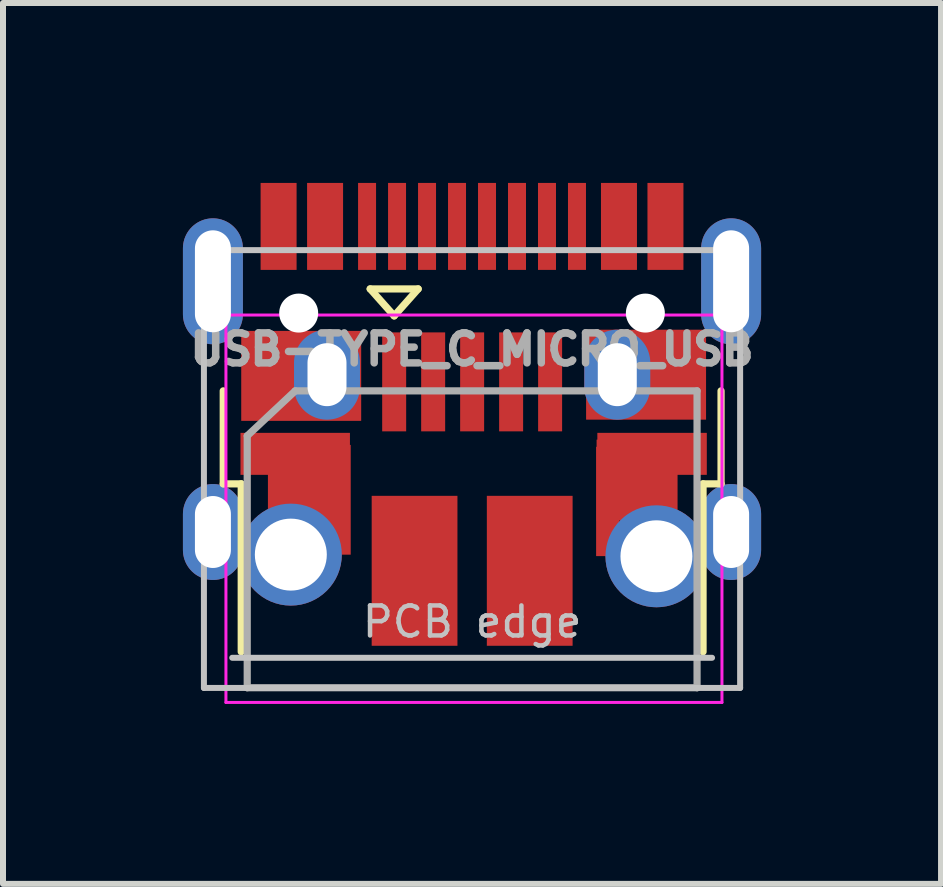
<source format=kicad_pcb>
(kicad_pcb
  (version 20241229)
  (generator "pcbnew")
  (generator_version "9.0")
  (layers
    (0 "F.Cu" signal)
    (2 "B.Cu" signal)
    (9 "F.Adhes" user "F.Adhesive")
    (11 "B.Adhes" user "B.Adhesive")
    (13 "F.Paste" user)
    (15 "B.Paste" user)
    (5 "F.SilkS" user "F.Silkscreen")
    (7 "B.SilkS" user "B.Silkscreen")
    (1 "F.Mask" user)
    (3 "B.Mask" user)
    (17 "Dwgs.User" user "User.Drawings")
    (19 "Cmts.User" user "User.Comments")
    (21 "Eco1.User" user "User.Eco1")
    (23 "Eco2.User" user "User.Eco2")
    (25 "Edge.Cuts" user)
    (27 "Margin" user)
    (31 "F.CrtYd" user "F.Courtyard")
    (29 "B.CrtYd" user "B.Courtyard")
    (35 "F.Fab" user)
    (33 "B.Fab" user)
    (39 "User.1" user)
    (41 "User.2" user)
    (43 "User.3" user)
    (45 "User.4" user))
  (footprint "USB-TYPE_C_MICRO_USB"
    (layer "F.Cu")
    (at 4.82 8.42)
    (property "Reference" "USB-TYPE_C_MICRO_USB" (at 0 -5.645 180) (layer "F.Fab") (effects (font (size 0.5 0.5) (thickness 0.15))))
    (attr smd)
    (fp_line (start -4.148 -3.403) (end -4.148 -4.953) (stroke (width 0.12) (type solid)) (layer "F.SilkS"))
    (fp_line (start -4.148 -3.403) (end -3.848 -3.403) (stroke (width 0.12) (type solid)) (layer "F.SilkS"))
    (fp_line (start -3.848 -0.603) (end -3.848 -3.403) (stroke (width 0.12) (type solid)) (layer "F.SilkS"))
    (fp_line (start -1.698 -6.653) (end -0.898 -6.653) (stroke (width 0.12) (type solid)) (layer "F.SilkS"))
    (fp_line (start -1.298 -6.203) (end -1.698 -6.653) (stroke (width 0.12) (type solid)) (layer "F.SilkS"))
    (fp_line (start -0.898 -6.653) (end -1.298 -6.203) (stroke (width 0.12) (type solid)) (layer "F.SilkS"))
    (fp_line (start 3.852 -3.403) (end 4.152 -3.403) (stroke (width 0.12) (type solid)) (layer "F.SilkS"))
    (fp_line (start 3.852 -0.603) (end 3.852 -3.403) (stroke (width 0.12) (type solid)) (layer "F.SilkS"))
    (fp_line (start 4.152 -3.403) (end 4.152 -4.953) (stroke (width 0.12) (type solid)) (layer "F.SilkS"))
    (fp_line (start -4.47 -7.3) (end 4.47 -7.3) (stroke (width 0.1) (type solid)) (layer "Dwgs.User"))
    (fp_line (start -4.47 0) (end -4.47 -7.3) (stroke (width 0.1) (type solid)) (layer "Dwgs.User"))
    (fp_line (start -4.47 0) (end 4.47 0) (stroke (width 0.1) (type solid)) (layer "Dwgs.User"))
    (fp_line (start -3.998 -0.503) (end 4.002 -0.503) (stroke (width 0.1) (type solid)) (layer "Dwgs.User"))
    (fp_line (start 4.47 0) (end 4.47 -7.3) (stroke (width 0.1) (type solid)) (layer "Dwgs.User"))
    (fp_line (start -4.103 -6.218) (end -4.103 0.242) (stroke (width 0.05) (type solid)) (layer "F.CrtYd"))
    (fp_line (start -4.103 -6.218) (end 4.167 -6.218) (stroke (width 0.05) (type solid)) (layer "F.CrtYd"))
    (fp_line (start 4.167 0.242) (end -4.103 0.242) (stroke (width 0.05) (type solid)) (layer "F.CrtYd"))
    (fp_line (start 4.167 0.242) (end 4.167 -6.218) (stroke (width 0.05) (type solid)) (layer "F.CrtYd"))
    (fp_line (start -3.748 -4.203) (end -2.948 -4.953) (stroke (width 0.12) (type solid)) (layer "F.Fab"))
    (fp_line (start -3.748 -0.003) (end -3.748 -4.203) (stroke (width 0.12) (type solid)) (layer "F.Fab"))
    (fp_line (start -2.948 -4.953) (end 3.752 -4.953) (stroke (width 0.12) (type solid)) (layer "F.Fab"))
    (fp_line (start 3.752 -4.953) (end 3.752 -0.003) (stroke (width 0.12) (type solid)) (layer "F.Fab"))
    (fp_line (start 3.752 -0.003) (end -3.748 -0.003) (stroke (width 0.12) (type solid)) (layer "F.Fab"))
    (fp_text user "PCB edge" (at 0.002 -1.103 0) (layer "Dwgs.User") (effects (font (size 0.5 0.5) (thickness 0.075))))
    (pad "" np_thru_hole circle (at -2.89 -6.25) (size 0.65 0.65) (drill 0.65) (layers "*.Cu" "*.Mask"))
    (pad "" np_thru_hole circle (at 2.89 -6.25) (size 0.65 0.65) (drill 0.65) (layers "*.Cu" "*.Mask"))
    (pad "1" smd rect (at -3.225 -7.695) (size 0.6 1.45) (layers "F.Cu" "F.Mask" "F.Paste"))
    (pad "1" smd rect (at -1.298 -5.103 270) (size 1.65 0.4) (layers "F.Cu" "F.Mask" "F.Paste"))
    (pad "2" smd rect (at -2.45 -7.695) (size 0.6 1.45) (layers "F.Cu" "F.Mask" "F.Paste"))
    (pad "2" smd rect (at -0.648 -5.103 270) (size 1.65 0.4) (layers "F.Cu" "F.Mask" "F.Paste"))
    (pad "3" smd rect (at -1.75 -7.695) (size 0.3 1.45) (layers "F.Cu" "F.Mask" "F.Paste"))
    (pad "3" smd rect (at 0.002 -5.103 270) (size 1.65 0.4) (layers "F.Cu" "F.Mask" "F.Paste"))
    (pad "4" smd rect (at -1.25 -7.695) (size 0.3 1.45) (layers "F.Cu" "F.Mask" "F.Paste"))
    (pad "4" smd rect (at 0.652 -5.103 270) (size 1.65 0.4) (layers "F.Cu" "F.Mask" "F.Paste"))
    (pad "5" smd rect (at -0.75 -7.695) (size 0.3 1.45) (layers "F.Cu" "F.Mask" "F.Paste"))
    (pad "5" smd rect (at 1.302 -5.103 270) (size 1.65 0.4) (layers "F.Cu" "F.Mask" "F.Paste"))
    (pad "6" thru_hole oval (at -3.021 -2.223 270) (size 1.7 1.7) (drill oval 1.2) (layers "*.Cu" "*.Mask"))
    (pad "6" smd rect (at -2.948 -3.903 180) (size 1.825 0.7) (layers "F.Cu" "F.Mask" "F.Paste"))
    (pad "6" smd rect (at -2.848 -5.203 180) (size 2 1.5) (layers "F.Cu" "F.Mask" "F.Paste"))
    (pad "6" smd trapezoid (at -2.728 -3.465 180) (size 1.35 1.35) (layers "F.Cu" "F.Mask" "F.Paste"))
    (pad "6" thru_hole oval (at -2.418 -5.223 270) (size 1.5 1.1) (drill oval 1.05 0.65) (layers "*.Cu" "*.Mask"))
    (pad "6" smd rect (at -2.213 -3.137 270) (size 1.83 0.381) (layers "F.Cu" "F.Mask" "F.Paste"))
    (pad "6" smd rect (at -0.958 -1.953 270) (size 2.5 1.43) (layers "F.Cu" "F.Mask" "F.Paste"))
    (pad "6" smd rect (at -0.25 -7.695) (size 0.3 1.45) (layers "F.Cu" "F.Mask" "F.Paste"))
    (pad "6" smd rect (at 0.962 -1.953 270) (size 2.5 1.43) (layers "F.Cu" "F.Mask" "F.Paste"))
    (pad "6" smd rect (at 2.26 -3.109 270) (size 1.822 0.382) (layers "F.Cu" "F.Mask" "F.Paste"))
    (pad "6" thru_hole oval (at 2.422 -5.223 270) (size 1.5 1.1) (drill oval 1.05 0.65) (layers "*.Cu" "*.Mask"))
    (pad "6" smd trapezoid (at 2.752 -3.465 180) (size 1.35 1.35) (layers "F.Cu" "F.Mask" "F.Paste"))
    (pad "6" smd rect (at 2.902 -5.223 180) (size 2 1.5) (layers "F.Cu" "F.Mask" "F.Paste"))
    (pad "6" smd rect (at 3.002 -3.903 180) (size 1.825 0.7) (layers "F.Cu" "F.Mask" "F.Paste"))
    (pad "6" thru_hole oval (at 3.075 -2.195 270) (size 1.7 1.7) (drill oval 1.2) (layers "*.Cu" "*.Mask"))
    (pad "7" smd rect (at 0.25 -7.695) (size 0.3 1.45) (layers "F.Cu" "F.Mask" "F.Paste"))
    (pad "8" smd rect (at 0.75 -7.695) (size 0.3 1.45) (layers "F.Cu" "F.Mask" "F.Paste"))
    (pad "9" smd rect (at 1.25 -7.695) (size 0.3 1.45) (layers "F.Cu" "F.Mask" "F.Paste"))
    (pad "10" smd rect (at 1.75 -7.695) (size 0.3 1.45) (layers "F.Cu" "F.Mask" "F.Paste"))
    (pad "11" smd rect (at 2.45 -7.695) (size 0.6 1.45) (layers "F.Cu" "F.Mask" "F.Paste"))
    (pad "12" smd rect (at 3.225 -7.695) (size 0.6 1.45) (layers "F.Cu" "F.Mask" "F.Paste"))
    (pad "13" thru_hole oval (at -4.32 -6.78) (size 1 2.1) (drill oval 0.6 1.7) (layers "*.Cu" "*.Mask"))
    (pad "13" thru_hole oval (at -4.32 -2.6) (size 1 1.6) (drill oval 0.6 1.2) (layers "*.Cu" "*.Mask"))
    (pad "13" thru_hole oval (at 4.32 -6.78) (size 1 2.1) (drill oval 0.6 1.7) (layers "*.Cu" "*.Mask"))
    (pad "13" thru_hole oval (at 4.32 -2.6) (size 1 1.6) (drill oval 0.6 1.2) (layers "*.Cu" "*.Mask")))
  (gr_rect
    (start -3 -3)
    (end 12.64 11.687)
    (stroke (width 0.1) (type default))
    (fill no)
    (layer "Edge.Cuts")))
</source>
